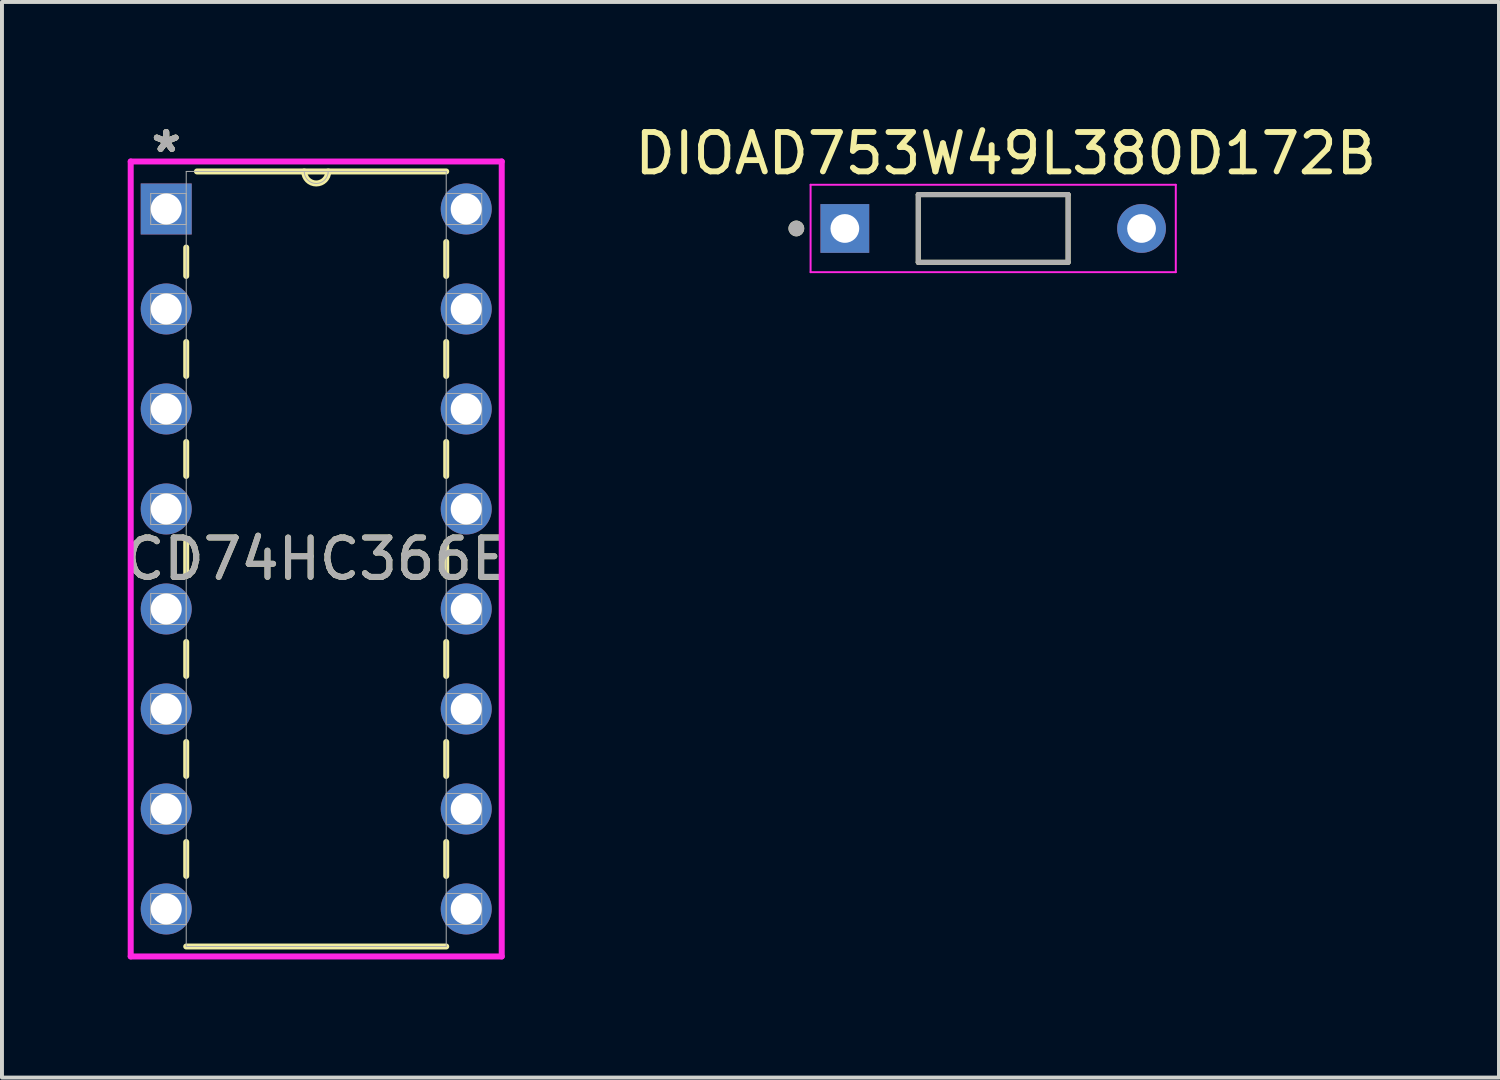
<source format=kicad_pcb>
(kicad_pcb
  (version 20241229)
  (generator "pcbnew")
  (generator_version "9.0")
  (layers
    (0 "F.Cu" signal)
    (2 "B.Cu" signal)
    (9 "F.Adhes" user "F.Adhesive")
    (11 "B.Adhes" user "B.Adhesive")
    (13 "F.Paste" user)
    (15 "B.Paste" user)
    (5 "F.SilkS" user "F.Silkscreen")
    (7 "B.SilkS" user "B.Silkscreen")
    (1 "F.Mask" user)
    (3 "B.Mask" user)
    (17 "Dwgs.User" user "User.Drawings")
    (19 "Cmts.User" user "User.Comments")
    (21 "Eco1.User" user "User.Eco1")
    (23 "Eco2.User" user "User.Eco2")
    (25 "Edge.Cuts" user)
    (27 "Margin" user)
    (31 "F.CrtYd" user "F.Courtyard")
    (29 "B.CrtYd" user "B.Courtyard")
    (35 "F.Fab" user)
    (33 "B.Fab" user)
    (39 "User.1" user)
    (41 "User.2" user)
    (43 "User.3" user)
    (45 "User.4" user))
  (footprint "DIOAD753W49L380D172B"
    (layer "F.Cu")
    (at 22.177 2.753)
    (property "Reference" "DIOAD753W49L380D172B" (at 0.318 -1.905 0) (layer "F.SilkS") (effects (font (size 1 1) (thickness 0.15))))
    (attr through_hole)
    (fp_line (start -1.903 -0.86) (end 1.903 -0.86) (stroke (width 0.127) (type solid)) (layer "F.SilkS"))
    (fp_line (start -1.903 0.86) (end -1.903 -0.86) (stroke (width 0.127) (type solid)) (layer "F.SilkS"))
    (fp_line (start 1.903 -0.86) (end 1.903 0.86) (stroke (width 0.127) (type solid)) (layer "F.SilkS"))
    (fp_line (start 1.903 0.86) (end -1.903 0.86) (stroke (width 0.127) (type solid)) (layer "F.SilkS"))
    (fp_circle (center -5 0) (end -4.9 0) (stroke (width 0.2) (type solid)) (fill no) (layer "F.SilkS"))
    (fp_line (start -4.638 -1.11) (end 4.638 -1.11) (stroke (width 0.05) (type solid)) (layer "F.CrtYd"))
    (fp_line (start -4.638 1.11) (end -4.638 -1.11) (stroke (width 0.05) (type solid)) (layer "F.CrtYd"))
    (fp_line (start 4.638 -1.11) (end 4.638 1.11) (stroke (width 0.05) (type solid)) (layer "F.CrtYd"))
    (fp_line (start 4.638 1.11) (end -4.638 1.11) (stroke (width 0.05) (type solid)) (layer "F.CrtYd"))
    (fp_line (start -1.903 -0.86) (end 1.903 -0.86) (stroke (width 0.127) (type solid)) (layer "F.Fab"))
    (fp_line (start -1.903 0.86) (end -1.903 -0.86) (stroke (width 0.127) (type solid)) (layer "F.Fab"))
    (fp_line (start 1.903 -0.86) (end 1.903 0.86) (stroke (width 0.127) (type solid)) (layer "F.Fab"))
    (fp_line (start 1.903 0.86) (end -1.903 0.86) (stroke (width 0.127) (type solid)) (layer "F.Fab"))
    (fp_circle (center -5 0) (end -4.9 0) (stroke (width 0.2) (type solid)) (fill no) (layer "F.Fab"))
    (pad "A" thru_hole circle (at 3.768 0) (size 1.238 1.238) (drill 0.73) (layers "*.Cu" "*.Mask"))
    (pad "K" thru_hole rect (at -3.768 0) (size 1.238 1.238) (drill 0.73) (layers "*.Cu" "*.Mask")))
  (footprint "CD74HC366E"
    (layer "F.Cu")
    (at 8.792 20.038)
    (property "Reference" "CD74HC366E" (at -3.81 -8.89 0) (unlocked yes) (layer "F.SilkS") (effects (font (size 1 1) (thickness 0.15))))
    (attr through_hole)
    (fp_line (start -7.112 -16.8) (end -7.112 -16.079) (stroke (width 0.152) (type solid)) (layer "F.SilkS"))
    (fp_line (start -7.112 -14.401) (end -7.112 -13.539) (stroke (width 0.152) (type solid)) (layer "F.SilkS"))
    (fp_line (start -7.112 -11.861) (end -7.112 -10.999) (stroke (width 0.152) (type solid)) (layer "F.SilkS"))
    (fp_line (start -7.112 -9.321) (end -7.112 -8.459) (stroke (width 0.152) (type solid)) (layer "F.SilkS"))
    (fp_line (start -7.112 -6.781) (end -7.112 -5.919) (stroke (width 0.152) (type solid)) (layer "F.SilkS"))
    (fp_line (start -7.112 -4.241) (end -7.112 -3.379) (stroke (width 0.152) (type solid)) (layer "F.SilkS"))
    (fp_line (start -7.112 -1.701) (end -7.112 -0.839) (stroke (width 0.152) (type solid)) (layer "F.SilkS"))
    (fp_line (start -7.112 0.953) (end -0.508 0.953) (stroke (width 0.152) (type solid)) (layer "F.SilkS"))
    (fp_line (start -0.508 -18.733) (end -6.839 -18.733) (stroke (width 0.152) (type solid)) (layer "F.SilkS"))
    (fp_line (start -0.508 -16.079) (end -0.508 -16.941) (stroke (width 0.152) (type solid)) (layer "F.SilkS"))
    (fp_line (start -0.508 -13.539) (end -0.508 -14.401) (stroke (width 0.152) (type solid)) (layer "F.SilkS"))
    (fp_line (start -0.508 -10.999) (end -0.508 -11.861) (stroke (width 0.152) (type solid)) (layer "F.SilkS"))
    (fp_line (start -0.508 -8.459) (end -0.508 -9.321) (stroke (width 0.152) (type solid)) (layer "F.SilkS"))
    (fp_line (start -0.508 -5.919) (end -0.508 -6.781) (stroke (width 0.152) (type solid)) (layer "F.SilkS"))
    (fp_line (start -0.508 -3.379) (end -0.508 -4.241) (stroke (width 0.152) (type solid)) (layer "F.SilkS"))
    (fp_line (start -0.508 -0.839) (end -0.508 -1.701) (stroke (width 0.152) (type solid)) (layer "F.SilkS"))
    (fp_arc (start -3.5052 -18.7325) (mid -3.81 -18.4277) (end -4.1148 -18.7325) (stroke (width 0.1524) (type solid)) (layer "F.SilkS"))
    (fp_line (start -8.522 -18.986) (end -8.522 1.206) (stroke (width 0.152) (type solid)) (layer "F.CrtYd"))
    (fp_line (start -8.522 1.206) (end 0.902 1.206) (stroke (width 0.152) (type solid)) (layer "F.CrtYd"))
    (fp_line (start 0.902 -18.986) (end -8.522 -18.986) (stroke (width 0.152) (type solid)) (layer "F.CrtYd"))
    (fp_line (start 0.902 1.206) (end 0.902 -18.986) (stroke (width 0.152) (type solid)) (layer "F.CrtYd"))
    (fp_line (start -8.014 -18.174) (end -8.014 -17.386) (stroke (width 0.025) (type solid)) (layer "F.Fab"))
    (fp_line (start -8.014 -17.386) (end -7.112 -17.386) (stroke (width 0.025) (type solid)) (layer "F.Fab"))
    (fp_line (start -8.014 -15.634) (end -8.014 -14.846) (stroke (width 0.025) (type solid)) (layer "F.Fab"))
    (fp_line (start -8.014 -14.846) (end -7.112 -14.846) (stroke (width 0.025) (type solid)) (layer "F.Fab"))
    (fp_line (start -8.014 -13.094) (end -8.014 -12.306) (stroke (width 0.025) (type solid)) (layer "F.Fab"))
    (fp_line (start -8.014 -12.306) (end -7.112 -12.306) (stroke (width 0.025) (type solid)) (layer "F.Fab"))
    (fp_line (start -8.014 -10.554) (end -8.014 -9.766) (stroke (width 0.025) (type solid)) (layer "F.Fab"))
    (fp_line (start -8.014 -9.766) (end -7.112 -9.766) (stroke (width 0.025) (type solid)) (layer "F.Fab"))
    (fp_line (start -8.014 -8.014) (end -8.014 -7.226) (stroke (width 0.025) (type solid)) (layer "F.Fab"))
    (fp_line (start -8.014 -7.226) (end -7.112 -7.226) (stroke (width 0.025) (type solid)) (layer "F.Fab"))
    (fp_line (start -8.014 -5.474) (end -8.014 -4.686) (stroke (width 0.025) (type solid)) (layer "F.Fab"))
    (fp_line (start -8.014 -4.686) (end -7.112 -4.686) (stroke (width 0.025) (type solid)) (layer "F.Fab"))
    (fp_line (start -8.014 -2.934) (end -8.014 -2.146) (stroke (width 0.025) (type solid)) (layer "F.Fab"))
    (fp_line (start -8.014 -2.146) (end -7.112 -2.146) (stroke (width 0.025) (type solid)) (layer "F.Fab"))
    (fp_line (start -8.014 -0.394) (end -8.014 0.394) (stroke (width 0.025) (type solid)) (layer "F.Fab"))
    (fp_line (start -8.014 0.394) (end -7.112 0.394) (stroke (width 0.025) (type solid)) (layer "F.Fab"))
    (fp_line (start -7.112 -18.733) (end -7.112 0.953) (stroke (width 0.025) (type solid)) (layer "F.Fab"))
    (fp_line (start -7.112 -18.174) (end -8.014 -18.174) (stroke (width 0.025) (type solid)) (layer "F.Fab"))
    (fp_line (start -7.112 -17.386) (end -7.112 -18.174) (stroke (width 0.025) (type solid)) (layer "F.Fab"))
    (fp_line (start -7.112 -15.634) (end -8.014 -15.634) (stroke (width 0.025) (type solid)) (layer "F.Fab"))
    (fp_line (start -7.112 -14.846) (end -7.112 -15.634) (stroke (width 0.025) (type solid)) (layer "F.Fab"))
    (fp_line (start -7.112 -13.094) (end -8.014 -13.094) (stroke (width 0.025) (type solid)) (layer "F.Fab"))
    (fp_line (start -7.112 -12.306) (end -7.112 -13.094) (stroke (width 0.025) (type solid)) (layer "F.Fab"))
    (fp_line (start -7.112 -10.554) (end -8.014 -10.554) (stroke (width 0.025) (type solid)) (layer "F.Fab"))
    (fp_line (start -7.112 -9.766) (end -7.112 -10.554) (stroke (width 0.025) (type solid)) (layer "F.Fab"))
    (fp_line (start -7.112 -8.014) (end -8.014 -8.014) (stroke (width 0.025) (type solid)) (layer "F.Fab"))
    (fp_line (start -7.112 -7.226) (end -7.112 -8.014) (stroke (width 0.025) (type solid)) (layer "F.Fab"))
    (fp_line (start -7.112 -5.474) (end -8.014 -5.474) (stroke (width 0.025) (type solid)) (layer "F.Fab"))
    (fp_line (start -7.112 -4.686) (end -7.112 -5.474) (stroke (width 0.025) (type solid)) (layer "F.Fab"))
    (fp_line (start -7.112 -2.934) (end -8.014 -2.934) (stroke (width 0.025) (type solid)) (layer "F.Fab"))
    (fp_line (start -7.112 -2.146) (end -7.112 -2.934) (stroke (width 0.025) (type solid)) (layer "F.Fab"))
    (fp_line (start -7.112 -0.394) (end -8.014 -0.394) (stroke (width 0.025) (type solid)) (layer "F.Fab"))
    (fp_line (start -7.112 0.394) (end -7.112 -0.394) (stroke (width 0.025) (type solid)) (layer "F.Fab"))
    (fp_line (start -7.112 0.953) (end -0.508 0.953) (stroke (width 0.025) (type solid)) (layer "F.Fab"))
    (fp_line (start -0.508 -18.733) (end -7.112 -18.733) (stroke (width 0.025) (type solid)) (layer "F.Fab"))
    (fp_line (start -0.508 -18.174) (end -0.508 -17.386) (stroke (width 0.025) (type solid)) (layer "F.Fab"))
    (fp_line (start -0.508 -17.386) (end 0.394 -17.386) (stroke (width 0.025) (type solid)) (layer "F.Fab"))
    (fp_line (start -0.508 -15.634) (end -0.508 -14.846) (stroke (width 0.025) (type solid)) (layer "F.Fab"))
    (fp_line (start -0.508 -14.846) (end 0.394 -14.846) (stroke (width 0.025) (type solid)) (layer "F.Fab"))
    (fp_line (start -0.508 -13.094) (end -0.508 -12.306) (stroke (width 0.025) (type solid)) (layer "F.Fab"))
    (fp_line (start -0.508 -12.306) (end 0.394 -12.306) (stroke (width 0.025) (type solid)) (layer "F.Fab"))
    (fp_line (start -0.508 -10.554) (end -0.508 -9.766) (stroke (width 0.025) (type solid)) (layer "F.Fab"))
    (fp_line (start -0.508 -9.766) (end 0.394 -9.766) (stroke (width 0.025) (type solid)) (layer "F.Fab"))
    (fp_line (start -0.508 -8.014) (end -0.508 -7.226) (stroke (width 0.025) (type solid)) (layer "F.Fab"))
    (fp_line (start -0.508 -7.226) (end 0.394 -7.226) (stroke (width 0.025) (type solid)) (layer "F.Fab"))
    (fp_line (start -0.508 -5.474) (end -0.508 -4.686) (stroke (width 0.025) (type solid)) (layer "F.Fab"))
    (fp_line (start -0.508 -4.686) (end 0.394 -4.686) (stroke (width 0.025) (type solid)) (layer "F.Fab"))
    (fp_line (start -0.508 -2.934) (end -0.508 -2.146) (stroke (width 0.025) (type solid)) (layer "F.Fab"))
    (fp_line (start -0.508 -2.146) (end 0.394 -2.146) (stroke (width 0.025) (type solid)) (layer "F.Fab"))
    (fp_line (start -0.508 -0.394) (end -0.508 0.394) (stroke (width 0.025) (type solid)) (layer "F.Fab"))
    (fp_line (start -0.508 0.394) (end 0.394 0.394) (stroke (width 0.025) (type solid)) (layer "F.Fab"))
    (fp_line (start -0.508 0.953) (end -0.508 -18.733) (stroke (width 0.025) (type solid)) (layer "F.Fab"))
    (fp_line (start 0.394 -18.174) (end -0.508 -18.174) (stroke (width 0.025) (type solid)) (layer "F.Fab"))
    (fp_line (start 0.394 -17.386) (end 0.394 -18.174) (stroke (width 0.025) (type solid)) (layer "F.Fab"))
    (fp_line (start 0.394 -15.634) (end -0.508 -15.634) (stroke (width 0.025) (type solid)) (layer "F.Fab"))
    (fp_line (start 0.394 -14.846) (end 0.394 -15.634) (stroke (width 0.025) (type solid)) (layer "F.Fab"))
    (fp_line (start 0.394 -13.094) (end -0.508 -13.094) (stroke (width 0.025) (type solid)) (layer "F.Fab"))
    (fp_line (start 0.394 -12.306) (end 0.394 -13.094) (stroke (width 0.025) (type solid)) (layer "F.Fab"))
    (fp_line (start 0.394 -10.554) (end -0.508 -10.554) (stroke (width 0.025) (type solid)) (layer "F.Fab"))
    (fp_line (start 0.394 -9.766) (end 0.394 -10.554) (stroke (width 0.025) (type solid)) (layer "F.Fab"))
    (fp_line (start 0.394 -8.014) (end -0.508 -8.014) (stroke (width 0.025) (type solid)) (layer "F.Fab"))
    (fp_line (start 0.394 -7.226) (end 0.394 -8.014) (stroke (width 0.025) (type solid)) (layer "F.Fab"))
    (fp_line (start 0.394 -5.474) (end -0.508 -5.474) (stroke (width 0.025) (type solid)) (layer "F.Fab"))
    (fp_line (start 0.394 -4.686) (end 0.394 -5.474) (stroke (width 0.025) (type solid)) (layer "F.Fab"))
    (fp_line (start 0.394 -2.934) (end -0.508 -2.934) (stroke (width 0.025) (type solid)) (layer "F.Fab"))
    (fp_line (start 0.394 -2.146) (end 0.394 -2.934) (stroke (width 0.025) (type solid)) (layer "F.Fab"))
    (fp_line (start 0.394 -0.394) (end -0.508 -0.394) (stroke (width 0.025) (type solid)) (layer "F.Fab"))
    (fp_line (start 0.394 0.394) (end 0.394 -0.394) (stroke (width 0.025) (type solid)) (layer "F.Fab"))
    (fp_arc (start -3.5052 -18.7325) (mid -3.81 -18.4277) (end -4.1148 -18.7325) (stroke (width 0.0254) (type solid)) (layer "F.Fab"))
    (fp_text user "*" (at -7.62 -19.19 0) (unlocked yes) (layer "F.SilkS") (effects (font (size 1 1) (thickness 0.15))))
    (fp_text user "*" (at -7.62 -19.19 0) (layer "F.SilkS") (effects (font (size 1 1) (thickness 0.15))))
    (fp_text user "${REFERENCE}" (at -3.81 -8.89 0) (unlocked yes) (layer "F.Fab") (effects (font (size 1 1) (thickness 0.15))))
    (fp_text user "*" (at -7.62 -19.19 0) (unlocked yes) (layer "F.Fab") (effects (font (size 1 1) (thickness 0.15))))
    (fp_text user "*" (at -7.62 -19.19 0) (layer "F.Fab") (effects (font (size 1 1) (thickness 0.15))))
    (pad "1" thru_hole rect (at -7.62 -17.78) (size 1.295 1.295) (drill 0.787) (layers "*.Cu" "*.Mask"))
    (pad "2" thru_hole circle (at -7.62 -15.24) (size 1.295 1.295) (drill 0.787) (layers "*.Cu" "*.Mask"))
    (pad "3" thru_hole circle (at -7.62 -12.7) (size 1.295 1.295) (drill 0.787) (layers "*.Cu" "*.Mask"))
    (pad "4" thru_hole circle (at -7.62 -10.16) (size 1.295 1.295) (drill 0.787) (layers "*.Cu" "*.Mask"))
    (pad "5" thru_hole circle (at -7.62 -7.62) (size 1.295 1.295) (drill 0.787) (layers "*.Cu" "*.Mask"))
    (pad "6" thru_hole circle (at -7.62 -5.08) (size 1.295 1.295) (drill 0.787) (layers "*.Cu" "*.Mask"))
    (pad "7" thru_hole circle (at -7.62 -2.54) (size 1.295 1.295) (drill 0.787) (layers "*.Cu" "*.Mask"))
    (pad "8" thru_hole circle (at -7.62 0) (size 1.295 1.295) (drill 0.787) (layers "*.Cu" "*.Mask"))
    (pad "9" thru_hole circle (at 0 0) (size 1.295 1.295) (drill 0.787) (layers "*.Cu" "*.Mask"))
    (pad "10" thru_hole circle (at 0 -2.54) (size 1.295 1.295) (drill 0.787) (layers "*.Cu" "*.Mask"))
    (pad "11" thru_hole circle (at 0 -5.08) (size 1.295 1.295) (drill 0.787) (layers "*.Cu" "*.Mask"))
    (pad "12" thru_hole circle (at 0 -7.62) (size 1.295 1.295) (drill 0.787) (layers "*.Cu" "*.Mask"))
    (pad "13" thru_hole circle (at 0 -10.16) (size 1.295 1.295) (drill 0.787) (layers "*.Cu" "*.Mask"))
    (pad "14" thru_hole circle (at 0 -12.7) (size 1.295 1.295) (drill 0.787) (layers "*.Cu" "*.Mask"))
    (pad "15" thru_hole circle (at 0 -15.24) (size 1.295 1.295) (drill 0.787) (layers "*.Cu" "*.Mask"))
    (pad "16" thru_hole circle (at 0 -17.78) (size 1.295 1.295) (drill 0.787) (layers "*.Cu" "*.Mask")))
  (gr_rect
    (start -3 -3)
    (end 35.024 24.321)
    (stroke (width 0.1) (type default))
    (fill no)
    (layer "Edge.Cuts")))
</source>
